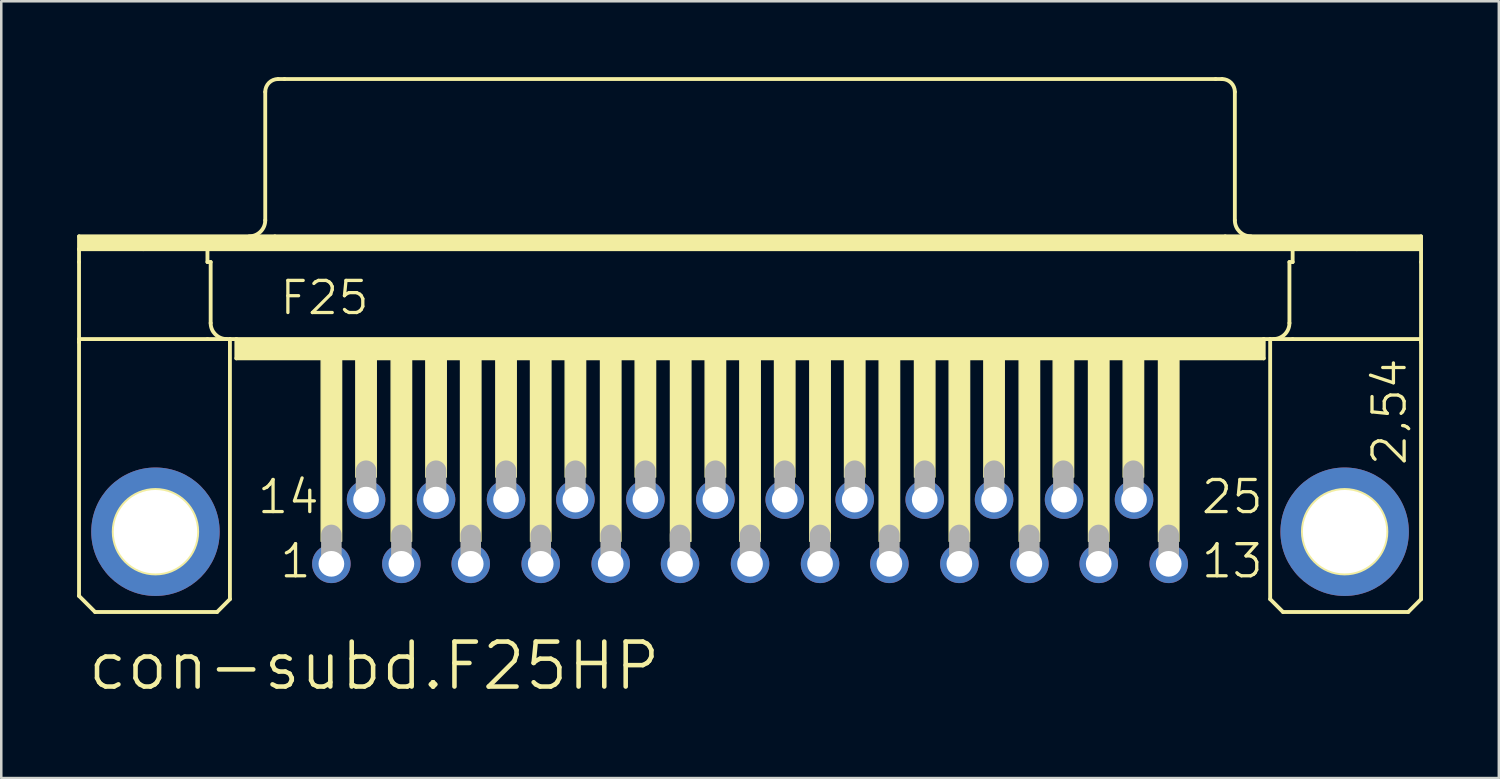
<source format=kicad_pcb>
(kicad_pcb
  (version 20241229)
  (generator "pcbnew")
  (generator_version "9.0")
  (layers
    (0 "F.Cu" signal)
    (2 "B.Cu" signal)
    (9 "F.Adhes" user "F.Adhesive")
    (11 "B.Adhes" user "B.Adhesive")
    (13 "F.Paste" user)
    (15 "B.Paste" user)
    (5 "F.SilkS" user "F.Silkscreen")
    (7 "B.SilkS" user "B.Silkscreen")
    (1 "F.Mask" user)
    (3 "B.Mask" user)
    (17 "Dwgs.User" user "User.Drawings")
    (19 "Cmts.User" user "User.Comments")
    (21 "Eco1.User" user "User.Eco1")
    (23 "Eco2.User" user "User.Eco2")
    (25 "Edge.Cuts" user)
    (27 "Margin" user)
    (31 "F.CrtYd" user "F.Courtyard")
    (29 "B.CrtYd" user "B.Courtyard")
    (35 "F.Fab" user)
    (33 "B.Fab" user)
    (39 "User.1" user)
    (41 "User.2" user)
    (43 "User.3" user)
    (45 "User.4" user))
  (footprint "con-subd.F25HP"
    (layer "F.Cu")
    (at 26.619 17.983)
    (property "Reference" "con-subd.F25HP" (at -26.289 6.35 0) (layer "F.SilkS") (effects (font (size 1.778 1.778) (thickness 0.18)) (justify left bottom)))
    (attr through_hole)
    (fp_line (start -26.543 -11.684) (end -18.796 -11.684) (stroke (width 0.152) (type default)) (layer "F.SilkS"))
    (fp_line (start -26.543 -11.176) (end -26.543 -11.684) (stroke (width 0.152) (type default)) (layer "F.SilkS"))
    (fp_line (start -26.543 -11.176) (end -24.003 -11.176) (stroke (width 0.152) (type default)) (layer "F.SilkS"))
    (fp_line (start -26.543 -10.668) (end -26.543 -11.176) (stroke (width 0.152) (type default)) (layer "F.SilkS"))
    (fp_line (start -26.543 -7.62) (end -26.543 -10.668) (stroke (width 0.152) (type default)) (layer "F.SilkS"))
    (fp_line (start -26.543 -7.62) (end -26.543 -7.493) (stroke (width 0.152) (type default)) (layer "F.SilkS"))
    (fp_line (start -26.543 -7.62) (end -21.463 -7.62) (stroke (width 0.152) (type default)) (layer "F.SilkS"))
    (fp_line (start -26.543 2.54) (end -26.543 -7.493) (stroke (width 0.152) (type default)) (layer "F.SilkS"))
    (fp_line (start -25.908 3.175) (end -26.543 2.54) (stroke (width 0.152) (type default)) (layer "F.SilkS"))
    (fp_line (start -24.003 -11.176) (end -21.463 -11.176) (stroke (width 0.152) (type default)) (layer "F.SilkS"))
    (fp_line (start -21.463 -11.176) (end 21.463 -11.176) (stroke (width 0.152) (type default)) (layer "F.SilkS"))
    (fp_line (start -21.463 -10.668) (end -21.463 -11.176) (stroke (width 0.152) (type default)) (layer "F.SilkS"))
    (fp_line (start -21.463 -10.668) (end -21.336 -10.668) (stroke (width 0.152) (type default)) (layer "F.SilkS"))
    (fp_line (start -21.463 -7.62) (end -20.574 -7.62) (stroke (width 0.152) (type default)) (layer "F.SilkS"))
    (fp_line (start -21.336 -8.255) (end -21.336 -10.668) (stroke (width 0.152) (type default)) (layer "F.SilkS"))
    (fp_line (start -21.082 3.175) (end -25.908 3.175) (stroke (width 0.152) (type default)) (layer "F.SilkS"))
    (fp_line (start -21.082 3.175) (end -20.574 2.667) (stroke (width 0.152) (type default)) (layer "F.SilkS"))
    (fp_line (start -20.574 -7.62) (end -20.32 -7.62) (stroke (width 0.152) (type default)) (layer "F.SilkS"))
    (fp_line (start -20.574 2.667) (end -20.574 -7.62) (stroke (width 0.152) (type default)) (layer "F.SilkS"))
    (fp_line (start -20.32 -7.62) (end -20.32 -6.858) (stroke (width 0.152) (type default)) (layer "F.SilkS"))
    (fp_line (start -20.32 -7.62) (end 20.32 -7.62) (stroke (width 0.152) (type default)) (layer "F.SilkS"))
    (fp_line (start -20.32 -6.858) (end 20.32 -6.858) (stroke (width 0.152) (type default)) (layer "F.SilkS"))
    (fp_line (start -19.177 -12.319) (end -19.177 -17.399) (stroke (width 0.152) (type default)) (layer "F.SilkS"))
    (fp_line (start -18.796 -11.684) (end 18.796 -11.684) (stroke (width 0.152) (type default)) (layer "F.SilkS"))
    (fp_line (start -18.669 -17.907) (end -18.415 -17.907) (stroke (width 0.152) (type default)) (layer "F.SilkS"))
    (fp_line (start -18.415 -17.907) (end 18.415 -17.907) (stroke (width 0.152) (type default)) (layer "F.SilkS"))
    (fp_line (start 18.415 -17.907) (end 18.669 -17.907) (stroke (width 0.152) (type default)) (layer "F.SilkS"))
    (fp_line (start 18.796 -11.684) (end 26.543 -11.684) (stroke (width 0.152) (type default)) (layer "F.SilkS"))
    (fp_line (start 19.177 -12.319) (end 19.177 -17.399) (stroke (width 0.152) (type default)) (layer "F.SilkS"))
    (fp_line (start 20.32 -7.62) (end 20.32 -6.858) (stroke (width 0.152) (type default)) (layer "F.SilkS"))
    (fp_line (start 20.32 -7.62) (end 20.574 -7.62) (stroke (width 0.152) (type default)) (layer "F.SilkS"))
    (fp_line (start 20.574 -7.62) (end 21.463 -7.62) (stroke (width 0.152) (type default)) (layer "F.SilkS"))
    (fp_line (start 20.574 2.667) (end 20.574 -7.62) (stroke (width 0.152) (type default)) (layer "F.SilkS"))
    (fp_line (start 20.574 2.667) (end 21.082 3.175) (stroke (width 0.152) (type default)) (layer "F.SilkS"))
    (fp_line (start 21.082 3.175) (end 26.035 3.175) (stroke (width 0.152) (type default)) (layer "F.SilkS"))
    (fp_line (start 21.336 -10.668) (end 21.463 -10.668) (stroke (width 0.152) (type default)) (layer "F.SilkS"))
    (fp_line (start 21.336 -8.255) (end 21.336 -10.668) (stroke (width 0.152) (type default)) (layer "F.SilkS"))
    (fp_line (start 21.463 -11.176) (end 24.003 -11.176) (stroke (width 0.152) (type default)) (layer "F.SilkS"))
    (fp_line (start 21.463 -10.668) (end 21.463 -11.176) (stroke (width 0.152) (type default)) (layer "F.SilkS"))
    (fp_line (start 21.463 -7.62) (end 26.543 -7.62) (stroke (width 0.152) (type default)) (layer "F.SilkS"))
    (fp_line (start 24.003 -11.176) (end 26.543 -11.176) (stroke (width 0.152) (type default)) (layer "F.SilkS"))
    (fp_line (start 26.035 3.175) (end 26.543 2.667) (stroke (width 0.152) (type default)) (layer "F.SilkS"))
    (fp_line (start 26.543 -11.684) (end 26.543 -11.176) (stroke (width 0.152) (type default)) (layer "F.SilkS"))
    (fp_line (start 26.543 -11.176) (end 26.543 -10.668) (stroke (width 0.152) (type default)) (layer "F.SilkS"))
    (fp_line (start 26.543 -10.668) (end 26.543 -7.62) (stroke (width 0.152) (type default)) (layer "F.SilkS"))
    (fp_line (start 26.543 -7.62) (end 26.543 -7.493) (stroke (width 0.152) (type default)) (layer "F.SilkS"))
    (fp_line (start 26.543 2.667) (end 26.543 -7.493) (stroke (width 0.152) (type default)) (layer "F.SilkS"))
    (fp_rect (start -26.543 -11.176) (end 26.543 -11.684) (stroke (width 0.05) (type default)) (fill yes) (layer "F.SilkS"))
    (fp_rect (start -20.32 -6.858) (end 20.32 -7.62) (stroke (width 0.05) (type default)) (fill yes) (layer "F.SilkS"))
    (fp_rect (start -16.967 0.381) (end -16.154 -6.858) (stroke (width 0.05) (type default)) (fill yes) (layer "F.SilkS"))
    (fp_rect (start -15.596 -2.159) (end -14.783 -6.858) (stroke (width 0.05) (type default)) (fill yes) (layer "F.SilkS"))
    (fp_rect (start -14.199 0.381) (end -13.386 -6.858) (stroke (width 0.05) (type default)) (fill yes) (layer "F.SilkS"))
    (fp_rect (start -12.827 -2.159) (end -12.014 -6.858) (stroke (width 0.05) (type default)) (fill yes) (layer "F.SilkS"))
    (fp_rect (start -11.455 0.381) (end -10.643 -6.858) (stroke (width 0.05) (type default)) (fill yes) (layer "F.SilkS"))
    (fp_rect (start -10.058 -2.159) (end -9.246 -6.858) (stroke (width 0.05) (type default)) (fill yes) (layer "F.SilkS"))
    (fp_rect (start -8.687 0.381) (end -7.874 -6.858) (stroke (width 0.05) (type default)) (fill yes) (layer "F.SilkS"))
    (fp_rect (start -7.315 -2.159) (end -6.502 -6.858) (stroke (width 0.05) (type default)) (fill yes) (layer "F.SilkS"))
    (fp_rect (start -5.918 0.381) (end -5.105 -6.858) (stroke (width 0.05) (type default)) (fill yes) (layer "F.SilkS"))
    (fp_rect (start -4.547 -2.159) (end -3.734 -6.858) (stroke (width 0.05) (type default)) (fill yes) (layer "F.SilkS"))
    (fp_rect (start -3.15 0.381) (end -2.337 -6.858) (stroke (width 0.05) (type default)) (fill yes) (layer "F.SilkS"))
    (fp_rect (start -1.778 -2.159) (end -0.965 -6.858) (stroke (width 0.05) (type default)) (fill yes) (layer "F.SilkS"))
    (fp_rect (start -0.406 0.381) (end 0.406 -6.858) (stroke (width 0.05) (type default)) (fill yes) (layer "F.SilkS"))
    (fp_rect (start 0.965 -2.159) (end 1.778 -6.858) (stroke (width 0.05) (type default)) (fill yes) (layer "F.SilkS"))
    (fp_rect (start 2.362 0.381) (end 3.175 -6.858) (stroke (width 0.05) (type default)) (fill yes) (layer "F.SilkS"))
    (fp_rect (start 3.734 -2.159) (end 4.547 -6.858) (stroke (width 0.05) (type default)) (fill yes) (layer "F.SilkS"))
    (fp_rect (start 5.105 0.381) (end 5.918 -6.858) (stroke (width 0.05) (type default)) (fill yes) (layer "F.SilkS"))
    (fp_rect (start 6.502 -2.159) (end 7.315 -6.858) (stroke (width 0.05) (type default)) (fill yes) (layer "F.SilkS"))
    (fp_rect (start 7.874 0.381) (end 8.687 -6.858) (stroke (width 0.05) (type default)) (fill yes) (layer "F.SilkS"))
    (fp_rect (start 9.246 -2.159) (end 10.058 -6.858) (stroke (width 0.05) (type default)) (fill yes) (layer "F.SilkS"))
    (fp_rect (start 10.643 0.381) (end 11.455 -6.858) (stroke (width 0.05) (type default)) (fill yes) (layer "F.SilkS"))
    (fp_rect (start 11.989 -2.159) (end 12.802 -6.858) (stroke (width 0.05) (type default)) (fill yes) (layer "F.SilkS"))
    (fp_rect (start 13.386 0.381) (end 14.199 -6.858) (stroke (width 0.05) (type default)) (fill yes) (layer "F.SilkS"))
    (fp_rect (start 14.757 -2.159) (end 15.57 -6.858) (stroke (width 0.05) (type default)) (fill yes) (layer "F.SilkS"))
    (fp_rect (start 16.154 0.381) (end 16.967 -6.858) (stroke (width 0.05) (type default)) (fill yes) (layer "F.SilkS"))
    (fp_arc (start -20.701 -7.62) (mid -21.150013 -7.805987) (end -21.336 -8.255) (stroke (width 0.1524) (type default)) (layer "F.SilkS"))
    (fp_arc (start -19.177 -17.399) (mid -19.02821 -17.75821) (end -18.669 -17.907) (stroke (width 0.1524) (type default)) (layer "F.SilkS"))
    (fp_arc (start -19.177 -12.319) (mid -19.362987 -11.869987) (end -19.812 -11.684) (stroke (width 0.1524) (type default)) (layer "F.SilkS"))
    (fp_arc (start 18.669 -17.907) (mid 19.02821 -17.75821) (end 19.177 -17.399) (stroke (width 0.1524) (type default)) (layer "F.SilkS"))
    (fp_arc (start 19.812 -11.684) (mid 19.362987 -11.869987) (end 19.177 -12.319) (stroke (width 0.1524) (type default)) (layer "F.SilkS"))
    (fp_arc (start 21.336 -8.255) (mid 21.150013 -7.805987) (end 20.701 -7.62) (stroke (width 0.1524) (type default)) (layer "F.SilkS"))
    (fp_circle (center -23.52 0) (end -21.869 0) (stroke (width 0.152) (type default)) (fill no) (layer "F.SilkS"))
    (fp_circle (center 23.52 0) (end 25.171 0) (stroke (width 0.152) (type default)) (fill no) (layer "F.SilkS"))
    (fp_line (start -16.561 1.143) (end -16.561 0.127) (stroke (width 0.813) (type default)) (layer "F.Fab"))
    (fp_line (start -15.189 -1.397) (end -15.189 -2.413) (stroke (width 0.813) (type default)) (layer "F.Fab"))
    (fp_line (start -13.792 1.143) (end -13.792 0.127) (stroke (width 0.813) (type default)) (layer "F.Fab"))
    (fp_line (start -12.421 -1.397) (end -12.421 -2.413) (stroke (width 0.813) (type default)) (layer "F.Fab"))
    (fp_line (start -11.049 1.143) (end -11.049 0.127) (stroke (width 0.813) (type default)) (layer "F.Fab"))
    (fp_line (start -9.652 -1.397) (end -9.652 -2.413) (stroke (width 0.813) (type default)) (layer "F.Fab"))
    (fp_line (start -8.28 1.143) (end -8.28 0.127) (stroke (width 0.813) (type default)) (layer "F.Fab"))
    (fp_line (start -6.909 -1.397) (end -6.909 -2.413) (stroke (width 0.813) (type default)) (layer "F.Fab"))
    (fp_line (start -5.512 1.143) (end -5.512 0.127) (stroke (width 0.813) (type default)) (layer "F.Fab"))
    (fp_line (start -4.14 -1.397) (end -4.14 -2.413) (stroke (width 0.813) (type default)) (layer "F.Fab"))
    (fp_line (start -2.769 1.143) (end -2.769 0.127) (stroke (width 0.813) (type default)) (layer "F.Fab"))
    (fp_line (start -1.372 -1.397) (end -1.372 -2.413) (stroke (width 0.813) (type default)) (layer "F.Fab"))
    (fp_line (start 0 1.143) (end 0 0.127) (stroke (width 0.813) (type default)) (layer "F.Fab"))
    (fp_line (start 1.372 -1.397) (end 1.372 -2.413) (stroke (width 0.813) (type default)) (layer "F.Fab"))
    (fp_line (start 2.769 1.143) (end 2.769 0.127) (stroke (width 0.813) (type default)) (layer "F.Fab"))
    (fp_line (start 4.14 -1.397) (end 4.14 -2.413) (stroke (width 0.813) (type default)) (layer "F.Fab"))
    (fp_line (start 5.512 1.143) (end 5.512 0.127) (stroke (width 0.813) (type default)) (layer "F.Fab"))
    (fp_line (start 6.909 -1.397) (end 6.909 -2.413) (stroke (width 0.813) (type default)) (layer "F.Fab"))
    (fp_line (start 8.28 1.143) (end 8.28 0.127) (stroke (width 0.813) (type default)) (layer "F.Fab"))
    (fp_line (start 9.652 -1.397) (end 9.652 -2.413) (stroke (width 0.813) (type default)) (layer "F.Fab"))
    (fp_line (start 11.049 1.143) (end 11.049 0.127) (stroke (width 0.813) (type default)) (layer "F.Fab"))
    (fp_line (start 12.395 -1.397) (end 12.395 -2.413) (stroke (width 0.813) (type default)) (layer "F.Fab"))
    (fp_line (start 13.792 1.143) (end 13.792 0.127) (stroke (width 0.813) (type default)) (layer "F.Fab"))
    (fp_line (start 15.164 -1.397) (end 15.164 -2.413) (stroke (width 0.813) (type default)) (layer "F.Fab"))
    (fp_line (start 16.561 1.143) (end 16.561 0.127) (stroke (width 0.813) (type default)) (layer "F.Fab"))
    (fp_text user "F25" (at -18.669 -8.509 0) (layer "F.SilkS") (effects (font (size 1.27 1.27) (thickness 0.13)) (justify left bottom)))
    (fp_text user "25" (at 17.78 -0.635 0) (layer "F.SilkS") (effects (font (size 1.27 1.27) (thickness 0.13)) (justify left bottom)))
    (fp_text user "13" (at 17.78 1.905 0) (layer "F.SilkS") (effects (font (size 1.27 1.27) (thickness 0.13)) (justify left bottom)))
    (fp_text user "2,54" (at 26.035 -2.54 90) (layer "F.SilkS") (effects (font (size 1.27 1.27) (thickness 0.13)) (justify left bottom)))
    (fp_text user "1" (at -18.669 1.905 0) (layer "F.SilkS") (effects (font (size 1.27 1.27) (thickness 0.13)) (justify left bottom)))
    (fp_text user "14" (at -19.558 -0.635 0) (layer "F.SilkS") (effects (font (size 1.27 1.27) (thickness 0.13)) (justify left bottom)))
    (pad "1" thru_hole circle (at -16.561 1.27) (size 1.524 1.524) (drill 1.016) (layers "*.Cu" "*.Mask"))
    (pad "2" thru_hole circle (at -13.792 1.27) (size 1.524 1.524) (drill 1.016) (layers "*.Cu" "*.Mask"))
    (pad "3" thru_hole circle (at -11.049 1.27) (size 1.524 1.524) (drill 1.016) (layers "*.Cu" "*.Mask"))
    (pad "4" thru_hole circle (at -8.28 1.27) (size 1.524 1.524) (drill 1.016) (layers "*.Cu" "*.Mask"))
    (pad "5" thru_hole circle (at -5.512 1.27) (size 1.524 1.524) (drill 1.016) (layers "*.Cu" "*.Mask"))
    (pad "6" thru_hole circle (at -2.769 1.27) (size 1.524 1.524) (drill 1.016) (layers "*.Cu" "*.Mask"))
    (pad "7" thru_hole circle (at 0 1.27) (size 1.524 1.524) (drill 1.016) (layers "*.Cu" "*.Mask"))
    (pad "8" thru_hole circle (at 2.769 1.27) (size 1.524 1.524) (drill 1.016) (layers "*.Cu" "*.Mask"))
    (pad "9" thru_hole circle (at 5.512 1.27) (size 1.524 1.524) (drill 1.016) (layers "*.Cu" "*.Mask"))
    (pad "10" thru_hole circle (at 8.28 1.27) (size 1.524 1.524) (drill 1.016) (layers "*.Cu" "*.Mask"))
    (pad "11" thru_hole circle (at 11.049 1.27) (size 1.524 1.524) (drill 1.016) (layers "*.Cu" "*.Mask"))
    (pad "12" thru_hole circle (at 13.792 1.27) (size 1.524 1.524) (drill 1.016) (layers "*.Cu" "*.Mask"))
    (pad "13" thru_hole circle (at 16.561 1.27) (size 1.524 1.524) (drill 1.016) (layers "*.Cu" "*.Mask"))
    (pad "14" thru_hole circle (at -15.189 -1.27) (size 1.524 1.524) (drill 1.016) (layers "*.Cu" "*.Mask"))
    (pad "15" thru_hole circle (at -12.421 -1.27) (size 1.524 1.524) (drill 1.016) (layers "*.Cu" "*.Mask"))
    (pad "16" thru_hole circle (at -9.652 -1.27) (size 1.524 1.524) (drill 1.016) (layers "*.Cu" "*.Mask"))
    (pad "17" thru_hole circle (at -6.909 -1.27) (size 1.524 1.524) (drill 1.016) (layers "*.Cu" "*.Mask"))
    (pad "18" thru_hole circle (at -4.14 -1.27) (size 1.524 1.524) (drill 1.016) (layers "*.Cu" "*.Mask"))
    (pad "19" thru_hole circle (at -1.372 -1.27) (size 1.524 1.524) (drill 1.016) (layers "*.Cu" "*.Mask"))
    (pad "20" thru_hole circle (at 1.372 -1.27) (size 1.524 1.524) (drill 1.016) (layers "*.Cu" "*.Mask"))
    (pad "21" thru_hole circle (at 4.14 -1.27) (size 1.524 1.524) (drill 1.016) (layers "*.Cu" "*.Mask"))
    (pad "22" thru_hole circle (at 6.909 -1.27) (size 1.524 1.524) (drill 1.016) (layers "*.Cu" "*.Mask"))
    (pad "23" thru_hole circle (at 9.652 -1.27) (size 1.524 1.524) (drill 1.016) (layers "*.Cu" "*.Mask"))
    (pad "24" thru_hole circle (at 12.421 -1.27) (size 1.524 1.524) (drill 1.016) (layers "*.Cu" "*.Mask"))
    (pad "25" thru_hole circle (at 15.189 -1.27) (size 1.524 1.524) (drill 1.016) (layers "*.Cu" "*.Mask"))
    (pad "G1" thru_hole circle (at -23.52 0) (size 5.08 5.08) (drill 3.302) (layers "*.Cu" "*.Mask"))
    (pad "G2" thru_hole circle (at 23.52 0) (size 5.08 5.08) (drill 3.302) (layers "*.Cu" "*.Mask")))
  (gr_rect
    (start -3 -3)
    (end 56.238 27.727)
    (stroke (width 0.1) (type default))
    (fill no)
    (layer "Edge.Cuts")))
</source>
